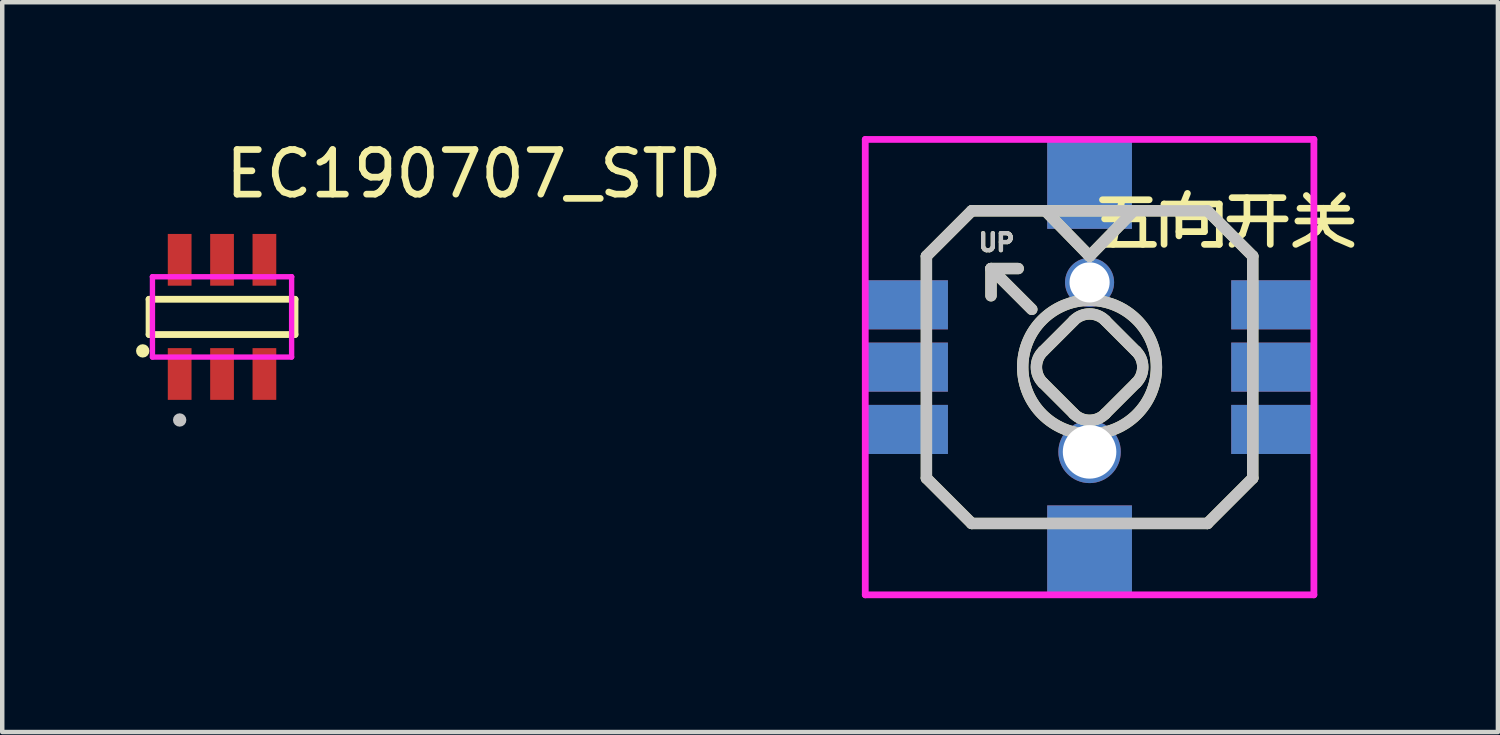
<source format=kicad_pcb>
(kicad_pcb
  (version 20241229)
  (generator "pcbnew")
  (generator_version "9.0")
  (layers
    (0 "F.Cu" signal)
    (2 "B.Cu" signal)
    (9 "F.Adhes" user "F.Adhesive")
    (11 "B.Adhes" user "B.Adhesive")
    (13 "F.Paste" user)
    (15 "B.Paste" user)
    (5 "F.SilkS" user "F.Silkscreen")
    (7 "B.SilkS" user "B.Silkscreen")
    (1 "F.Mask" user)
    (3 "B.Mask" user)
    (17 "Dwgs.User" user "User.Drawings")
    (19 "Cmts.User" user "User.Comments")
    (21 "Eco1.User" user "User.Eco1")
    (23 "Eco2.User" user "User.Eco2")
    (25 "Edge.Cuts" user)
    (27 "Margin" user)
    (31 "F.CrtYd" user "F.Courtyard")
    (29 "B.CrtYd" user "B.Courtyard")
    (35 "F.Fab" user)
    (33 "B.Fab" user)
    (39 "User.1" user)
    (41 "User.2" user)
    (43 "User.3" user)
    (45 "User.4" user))
  (footprint "五向开关"
    (layer "F.Cu")
    (at 21.378 5.181)
    (property "Reference" "五向开关" (at 0 -3.207 0) (layer "F.SilkS") (effects (font (size 1 1) (thickness 0.15)) (justify left)))
    (attr through_hole)
    (fp_line (start -3.658 -2.489) (end -2.642 -3.505) (stroke (width 0.254) (type solid)) (layer "F.SilkS"))
    (fp_line (start -3.658 2.489) (end -3.658 -2.489) (stroke (width 0.254) (type solid)) (layer "F.SilkS"))
    (fp_line (start -2.642 -3.505) (end -0.991 -3.505) (stroke (width 0.254) (type solid)) (layer "F.SilkS"))
    (fp_line (start -2.642 3.505) (end -3.658 2.489) (stroke (width 0.254) (type solid)) (layer "F.SilkS"))
    (fp_line (start -2.21 -2.21) (end -2.21 -1.6) (stroke (width 0.254) (type solid)) (layer "F.SilkS"))
    (fp_line (start -2.21 -2.21) (end -1.6 -2.21) (stroke (width 0.254) (type solid)) (layer "F.SilkS"))
    (fp_line (start -1.295 -1.295) (end -2.21 -2.21) (stroke (width 0.254) (type solid)) (layer "F.SilkS"))
    (fp_line (start -1.041 0.356) (end -0.356 1.041) (stroke (width 0.254) (type solid)) (layer "F.SilkS"))
    (fp_line (start -0.991 -3.505) (end 0.991 -3.505) (stroke (width 0.254) (type solid)) (layer "F.SilkS"))
    (fp_line (start -0.356 -1.041) (end -1.041 -0.356) (stroke (width 0.254) (type solid)) (layer "F.SilkS"))
    (fp_line (start 0 -2.489) (end -0.991 -3.505) (stroke (width 0.254) (type solid)) (layer "F.SilkS"))
    (fp_line (start 0 -2.489) (end 0.991 -3.505) (stroke (width 0.254) (type solid)) (layer "F.SilkS"))
    (fp_line (start 0.356 1.041) (end 1.041 0.356) (stroke (width 0.254) (type solid)) (layer "F.SilkS"))
    (fp_line (start 0.991 -3.505) (end 2.642 -3.505) (stroke (width 0.254) (type solid)) (layer "F.SilkS"))
    (fp_line (start 1.041 -0.356) (end 0.356 -1.041) (stroke (width 0.254) (type solid)) (layer "F.SilkS"))
    (fp_line (start 2.642 -3.505) (end 3.658 -2.489) (stroke (width 0.254) (type solid)) (layer "F.SilkS"))
    (fp_line (start 2.642 3.505) (end -2.642 3.505) (stroke (width 0.254) (type solid)) (layer "F.SilkS"))
    (fp_line (start 3.658 -2.489) (end 3.658 2.489) (stroke (width 0.254) (type solid)) (layer "F.SilkS"))
    (fp_line (start 3.658 2.489) (end 2.642 3.505) (stroke (width 0.254) (type solid)) (layer "F.SilkS"))
    (fp_arc (start -1.046 0.353) (mid -1.192217 0.000569) (end -1.046803 -0.352195) (stroke (width 0.254) (type solid)) (layer "F.SilkS"))
    (fp_arc (start -0.353 -1.046) (mid -0.000569 -1.192217) (end 0.352195 -1.046803) (stroke (width 0.254) (type solid)) (layer "F.SilkS"))
    (fp_arc (start 0.353 1.046) (mid 0.000569 1.192217) (end -0.352195 1.046803) (stroke (width 0.254) (type solid)) (layer "F.SilkS"))
    (fp_arc (start 1.046 -0.353) (mid 1.192217 -0.000569) (end 1.046803 0.352195) (stroke (width 0.254) (type solid)) (layer "F.SilkS"))
    (fp_circle (center 0 0) (end 1.499 0) (stroke (width 0.254) (type solid)) (fill no) (layer "F.SilkS"))
    (fp_line (start -3.658 -2.489) (end -2.642 -3.505) (stroke (width 0.254) (type solid)) (layer "Dwgs.User"))
    (fp_line (start -3.658 2.489) (end -3.658 -2.489) (stroke (width 0.254) (type solid)) (layer "Dwgs.User"))
    (fp_line (start -2.642 -3.505) (end -0.991 -3.505) (stroke (width 0.254) (type solid)) (layer "Dwgs.User"))
    (fp_line (start -2.642 3.505) (end -3.658 2.489) (stroke (width 0.254) (type solid)) (layer "Dwgs.User"))
    (fp_line (start -2.21 -2.21) (end -2.21 -1.6) (stroke (width 0.254) (type solid)) (layer "Dwgs.User"))
    (fp_line (start -2.21 -2.21) (end -1.6 -2.21) (stroke (width 0.254) (type solid)) (layer "Dwgs.User"))
    (fp_line (start -1.295 -1.295) (end -2.21 -2.21) (stroke (width 0.254) (type solid)) (layer "Dwgs.User"))
    (fp_line (start -1.041 0.356) (end -0.356 1.041) (stroke (width 0.254) (type solid)) (layer "Dwgs.User"))
    (fp_line (start -0.991 -3.505) (end 0.991 -3.505) (stroke (width 0.254) (type solid)) (layer "Dwgs.User"))
    (fp_line (start -0.356 -1.041) (end -1.041 -0.356) (stroke (width 0.254) (type solid)) (layer "Dwgs.User"))
    (fp_line (start 0 -2.489) (end -0.991 -3.505) (stroke (width 0.254) (type solid)) (layer "Dwgs.User"))
    (fp_line (start 0 -2.489) (end 0.991 -3.505) (stroke (width 0.254) (type solid)) (layer "Dwgs.User"))
    (fp_line (start 0.356 1.041) (end 1.041 0.356) (stroke (width 0.254) (type solid)) (layer "Dwgs.User"))
    (fp_line (start 0.991 -3.505) (end 2.642 -3.505) (stroke (width 0.254) (type solid)) (layer "Dwgs.User"))
    (fp_line (start 1.041 -0.356) (end 0.356 -1.041) (stroke (width 0.254) (type solid)) (layer "Dwgs.User"))
    (fp_line (start 2.642 -3.505) (end 3.658 -2.489) (stroke (width 0.254) (type solid)) (layer "Dwgs.User"))
    (fp_line (start 2.642 3.505) (end -2.642 3.505) (stroke (width 0.254) (type solid)) (layer "Dwgs.User"))
    (fp_line (start 3.658 -2.489) (end 3.658 2.489) (stroke (width 0.254) (type solid)) (layer "Dwgs.User"))
    (fp_line (start 3.658 2.489) (end 2.642 3.505) (stroke (width 0.254) (type solid)) (layer "Dwgs.User"))
    (fp_arc (start -1.046 0.353) (mid -1.192217 0.000569) (end -1.046803 -0.352195) (stroke (width 0.254) (type solid)) (layer "Dwgs.User"))
    (fp_arc (start -0.353 -1.046) (mid -0.000569 -1.192217) (end 0.352195 -1.046803) (stroke (width 0.254) (type solid)) (layer "Dwgs.User"))
    (fp_arc (start 0.353 1.046) (mid 0.000569 1.192217) (end -0.352195 1.046803) (stroke (width 0.254) (type solid)) (layer "Dwgs.User"))
    (fp_arc (start 1.046 -0.353) (mid 1.192217 -0.000569) (end 1.046803 0.352195) (stroke (width 0.254) (type solid)) (layer "Dwgs.User"))
    (fp_circle (center 0 0) (end 1.499 0) (stroke (width 0.254) (type solid)) (fill no) (layer "Dwgs.User"))
    (fp_line (start -5.029 -5.105) (end 5.029 -5.105) (stroke (width 0.152) (type solid)) (layer "F.CrtYd"))
    (fp_line (start -5.029 5.105) (end -5.029 -5.105) (stroke (width 0.152) (type solid)) (layer "F.CrtYd"))
    (fp_line (start 5.029 -5.105) (end 5.029 5.105) (stroke (width 0.152) (type solid)) (layer "F.CrtYd"))
    (fp_line (start 5.029 5.105) (end -5.029 5.105) (stroke (width 0.152) (type solid)) (layer "F.CrtYd"))
    (fp_text user "UP" (at -2.54 -2.794 0) (layer "F.SilkS") (effects (font (size 0.381 0.381) (thickness 0.152)) (justify left)))
    (fp_text user "UP" (at -2.54 -2.794 0) (layer "Dwgs.User") (effects (font (size 0.381 0.381) (thickness 0.152)) (justify left)))
    (pad "" thru_hole circle (at 0 -1.9) (size 1.1 1.1) (drill 0.9) (layers "*.Cu" "*.Mask"))
    (pad "" thru_hole circle (at 0 1.9) (size 1.4 1.4) (drill 1.2) (layers "*.Cu" "*.Mask"))
    (pad "1" thru_hole rect (at -4.1 -1.397) (size 1.849 1.1) (layers "F.Cu" "F.Mask" "F.Paste"))
    (pad "2" thru_hole rect (at -4.1 0) (size 1.849 1.1) (layers "F.Cu" "F.Mask" "F.Paste"))
    (pad "3" thru_hole rect (at -4.1 1.397) (size 1.849 1.1) (layers "F.Cu" "F.Mask" "F.Paste"))
    (pad "4" thru_hole rect (at 4.1 1.397) (size 1.849 1.1) (layers "F.Cu" "F.Mask" "F.Paste"))
    (pad "5" thru_hole rect (at 4.1 0) (size 1.849 1.1) (layers "F.Cu" "F.Mask" "F.Paste"))
    (pad "6" thru_hole rect (at 4.1 -1.397) (size 1.849 1.1) (layers "F.Cu" "F.Mask" "F.Paste"))
    (pad "7" thru_hole rect (at 0 -4.1) (size 1.9 1.999) (layers "F.Cu" "F.Mask" "F.Paste"))
    (pad "8" thru_hole rect (at 0 4.1) (size 1.9 1.999) (layers "F.Cu" "F.Mask" "F.Paste")))
  (footprint "EC190707_STD"
    (layer "F.Cu")
    (at 1.928 4.055)
    (property "Reference" "EC190707_STD" (at 0 -3.207 0) (layer "F.SilkS") (effects (font (size 1 1) (thickness 0.15)) (justify left)))
    (attr through_hole)
    (fp_line (start -1.636 -0.395) (end 1.636 -0.395) (stroke (width 0.152) (type solid)) (layer "F.SilkS"))
    (fp_line (start -1.636 0.395) (end -1.636 -0.395) (stroke (width 0.152) (type solid)) (layer "F.SilkS"))
    (fp_line (start 1.636 -0.395) (end 1.636 0.395) (stroke (width 0.152) (type solid)) (layer "F.SilkS"))
    (fp_line (start 1.636 0.395) (end -1.636 0.395) (stroke (width 0.152) (type solid)) (layer "F.SilkS"))
    (fp_circle (center -1.778 0.762) (end -1.703 0.762) (stroke (width 0.15) (type solid)) (fill no) (layer "F.SilkS"))
    (fp_circle (center -0.95 2.311) (end -0.875 2.311) (stroke (width 0.15) (type solid)) (fill no) (layer "Dwgs.User"))
    (fp_circle (center -1.56 1.5) (end -1.53 1.5) (stroke (width 0.06) (type solid)) (fill no) (layer "Eco2.User"))
    (fp_poly (pts (xy -0.7 -1.5) (xy -0.7 -0.9) (xy -1.2 -0.9) (xy -1.2 -1.5)) (stroke (width 0.12) (type solid)) (fill no) (layer "Eco2.User"))
    (fp_poly (pts (xy -0.7 1.5) (xy -0.7 0.9) (xy -1.2 0.9) (xy -1.2 1.5)) (stroke (width 0.12) (type solid)) (fill no) (layer "Eco2.User"))
    (fp_poly (pts (xy 0.25 -1.5) (xy 0.25 -0.9) (xy -0.25 -0.9) (xy -0.25 -1.5)) (stroke (width 0.12) (type solid)) (fill no) (layer "Eco2.User"))
    (fp_poly (pts (xy 0.25 1.5) (xy 0.25 0.9) (xy -0.25 0.9) (xy -0.25 1.5)) (stroke (width 0.12) (type solid)) (fill no) (layer "Eco2.User"))
    (fp_poly (pts (xy 1.2 -1.5) (xy 1.2 -0.9) (xy 0.7 -0.9) (xy 0.7 -1.5)) (stroke (width 0.12) (type solid)) (fill no) (layer "Eco2.User"))
    (fp_poly (pts (xy 1.2 1.5) (xy 1.2 0.9) (xy 0.7 0.9) (xy 0.7 1.5)) (stroke (width 0.12) (type solid)) (fill no) (layer "Eco2.User"))
    (fp_line (start -1.56 -0.9) (end -1.56 -0.9) (stroke (width 0.12) (type solid)) (layer "F.CrtYd"))
    (fp_line (start -1.56 -0.9) (end -1.56 0.9) (stroke (width 0.12) (type solid)) (layer "F.CrtYd"))
    (fp_line (start -1.56 0.9) (end 1.56 0.9) (stroke (width 0.12) (type solid)) (layer "F.CrtYd"))
    (fp_line (start 1.56 -0.9) (end -1.56 -0.9) (stroke (width 0.12) (type solid)) (layer "F.CrtYd"))
    (fp_line (start 1.56 -0.9) (end 1.56 -0.9) (stroke (width 0.12) (type solid)) (layer "F.CrtYd"))
    (fp_line (start 1.56 0.9) (end 1.56 -0.9) (stroke (width 0.12) (type solid)) (layer "F.CrtYd"))
    (pad "1" smd rect (at -0.95 1.28) (size 0.532 1.16) (layers "F.Cu" "F.Mask" "F.Paste"))
    (pad "2" smd rect (at 0 1.28) (size 0.532 1.16) (layers "F.Cu" "F.Mask" "F.Paste"))
    (pad "3" smd rect (at 0.95 1.28) (size 0.532 1.16) (layers "F.Cu" "F.Mask" "F.Paste"))
    (pad "4" smd rect (at 0.95 -1.28) (size 0.532 1.16) (layers "F.Cu" "F.Mask" "F.Paste"))
    (pad "5" smd rect (at 0 -1.28) (size 0.532 1.16) (layers "F.Cu" "F.Mask" "F.Paste"))
    (pad "6" smd rect (at -0.95 -1.28) (size 0.532 1.16) (layers "F.Cu" "F.Mask" "F.Paste")))
  (gr_rect
    (start -3 -3)
    (end 30.533 13.362)
    (stroke (width 0.1) (type default))
    (fill no)
    (layer "Edge.Cuts")))
</source>
